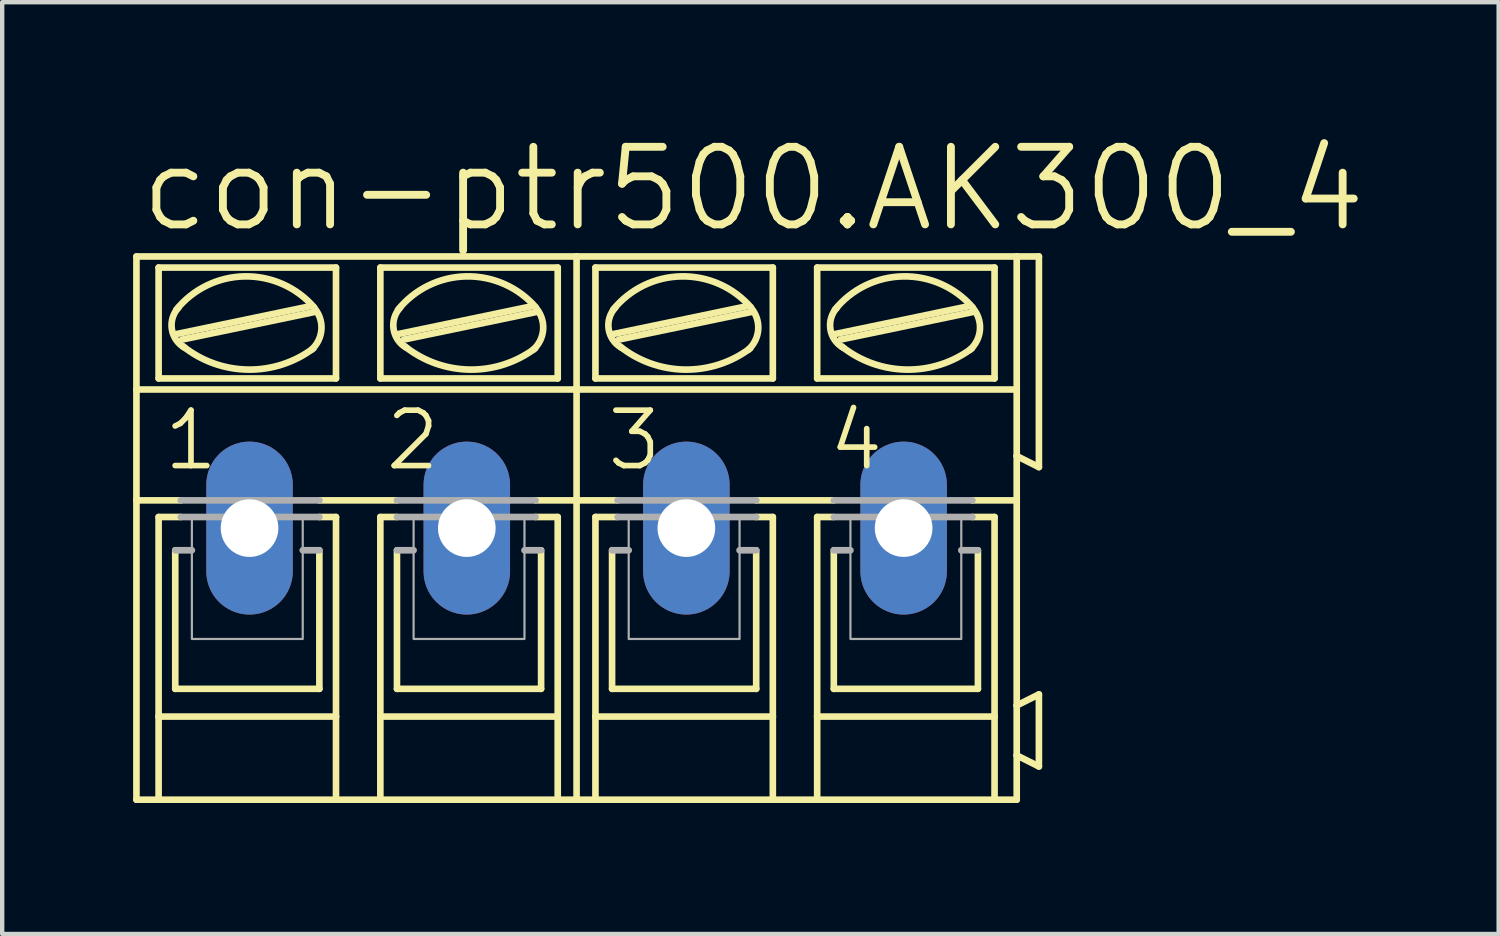
<source format=kicad_pcb>
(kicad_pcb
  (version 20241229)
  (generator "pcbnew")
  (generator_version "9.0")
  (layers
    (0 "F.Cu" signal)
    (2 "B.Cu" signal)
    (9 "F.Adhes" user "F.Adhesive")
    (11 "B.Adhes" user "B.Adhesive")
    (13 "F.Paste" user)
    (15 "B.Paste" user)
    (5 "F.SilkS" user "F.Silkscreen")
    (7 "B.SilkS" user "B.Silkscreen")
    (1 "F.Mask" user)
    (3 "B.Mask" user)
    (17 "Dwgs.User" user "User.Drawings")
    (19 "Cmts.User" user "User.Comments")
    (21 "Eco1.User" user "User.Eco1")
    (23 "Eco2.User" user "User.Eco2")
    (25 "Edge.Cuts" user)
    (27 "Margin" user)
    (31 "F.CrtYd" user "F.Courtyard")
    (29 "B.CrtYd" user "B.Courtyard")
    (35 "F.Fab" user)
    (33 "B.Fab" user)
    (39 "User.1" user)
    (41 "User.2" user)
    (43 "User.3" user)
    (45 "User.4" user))
  (footprint "con-ptr500.AK300_4"
    (layer "F.Cu")
    (at 10.16 9.049)
    (property "Reference" "con-ptr500.AK300_4" (at -10.084 -6.731 0) (layer "F.SilkS") (effects (font (size 1.778 1.778) (thickness 0.18)) (justify left bottom)))
    (attr through_hole)
    (fp_line (start -10.084 -6.223) (end 0 -6.223) (stroke (width 0.152) (type default)) (layer "F.SilkS"))
    (fp_line (start -10.084 -3.175) (end -10.084 -6.223) (stroke (width 0.152) (type default)) (layer "F.SilkS"))
    (fp_line (start -10.084 -3.175) (end 0 -3.175) (stroke (width 0.152) (type default)) (layer "F.SilkS"))
    (fp_line (start -10.084 -0.635) (end -10.084 -3.175) (stroke (width 0.152) (type default)) (layer "F.SilkS"))
    (fp_line (start -10.084 -0.635) (end -9.068 -0.635) (stroke (width 0.152) (type default)) (layer "F.SilkS"))
    (fp_line (start -10.084 6.223) (end -10.084 -0.635) (stroke (width 0.152) (type default)) (layer "F.SilkS"))
    (fp_line (start -10.084 6.223) (end -9.576 6.223) (stroke (width 0.152) (type default)) (layer "F.SilkS"))
    (fp_line (start -9.576 -3.429) (end -9.576 -5.969) (stroke (width 0.152) (type default)) (layer "F.SilkS"))
    (fp_line (start -9.576 -0.254) (end -9.576 4.318) (stroke (width 0.152) (type default)) (layer "F.SilkS"))
    (fp_line (start -9.576 -0.254) (end -9.068 -0.254) (stroke (width 0.152) (type default)) (layer "F.SilkS"))
    (fp_line (start -9.576 4.318) (end -9.576 6.223) (stroke (width 0.152) (type default)) (layer "F.SilkS"))
    (fp_line (start -9.576 6.223) (end -5.512 6.223) (stroke (width 0.152) (type default)) (layer "F.SilkS"))
    (fp_line (start -9.195 3.683) (end -9.195 0.508) (stroke (width 0.152) (type default)) (layer "F.SilkS"))
    (fp_line (start -9.169 -4.445) (end -6.121 -5.08) (stroke (width 0.152) (type default)) (layer "F.SilkS"))
    (fp_line (start -9.042 -4.318) (end -5.994 -4.953) (stroke (width 0.152) (type default)) (layer "F.SilkS"))
    (fp_line (start -5.893 -0.635) (end -4.115 -0.635) (stroke (width 0.152) (type default)) (layer "F.SilkS"))
    (fp_line (start -5.893 3.683) (end -9.195 3.683) (stroke (width 0.152) (type default)) (layer "F.SilkS"))
    (fp_line (start -5.893 3.683) (end -5.893 0.508) (stroke (width 0.152) (type default)) (layer "F.SilkS"))
    (fp_line (start -5.512 -5.969) (end -9.576 -5.969) (stroke (width 0.152) (type default)) (layer "F.SilkS"))
    (fp_line (start -5.512 -3.429) (end -9.576 -3.429) (stroke (width 0.152) (type default)) (layer "F.SilkS"))
    (fp_line (start -5.512 -3.429) (end -5.512 -5.969) (stroke (width 0.152) (type default)) (layer "F.SilkS"))
    (fp_line (start -5.512 -0.254) (end -5.893 -0.254) (stroke (width 0.152) (type default)) (layer "F.SilkS"))
    (fp_line (start -5.512 4.318) (end -9.576 4.318) (stroke (width 0.152) (type default)) (layer "F.SilkS"))
    (fp_line (start -5.512 4.318) (end -5.512 -0.254) (stroke (width 0.152) (type default)) (layer "F.SilkS"))
    (fp_line (start -5.512 6.223) (end -5.512 4.318) (stroke (width 0.152) (type default)) (layer "F.SilkS"))
    (fp_line (start -5.512 6.223) (end -4.496 6.223) (stroke (width 0.152) (type default)) (layer "F.SilkS"))
    (fp_line (start -4.496 -5.969) (end -0.432 -5.969) (stroke (width 0.152) (type default)) (layer "F.SilkS"))
    (fp_line (start -4.496 -3.429) (end -4.496 -5.969) (stroke (width 0.152) (type default)) (layer "F.SilkS"))
    (fp_line (start -4.496 -0.254) (end -4.115 -0.254) (stroke (width 0.152) (type default)) (layer "F.SilkS"))
    (fp_line (start -4.496 4.318) (end -4.496 -0.254) (stroke (width 0.152) (type default)) (layer "F.SilkS"))
    (fp_line (start -4.496 4.318) (end -0.432 4.318) (stroke (width 0.152) (type default)) (layer "F.SilkS"))
    (fp_line (start -4.496 6.223) (end -4.496 4.318) (stroke (width 0.152) (type default)) (layer "F.SilkS"))
    (fp_line (start -4.496 6.223) (end -0.432 6.223) (stroke (width 0.152) (type default)) (layer "F.SilkS"))
    (fp_line (start -4.115 3.683) (end -4.115 0.508) (stroke (width 0.152) (type default)) (layer "F.SilkS"))
    (fp_line (start -4.089 -4.445) (end -1.041 -5.08) (stroke (width 0.152) (type default)) (layer "F.SilkS"))
    (fp_line (start -3.962 -4.318) (end -0.914 -4.953) (stroke (width 0.152) (type default)) (layer "F.SilkS"))
    (fp_line (start -0.813 3.683) (end -4.115 3.683) (stroke (width 0.152) (type default)) (layer "F.SilkS"))
    (fp_line (start -0.813 3.683) (end -0.813 0.508) (stroke (width 0.152) (type default)) (layer "F.SilkS"))
    (fp_line (start -0.432 -5.969) (end -0.432 -3.429) (stroke (width 0.152) (type default)) (layer "F.SilkS"))
    (fp_line (start -0.432 -3.429) (end -4.496 -3.429) (stroke (width 0.152) (type default)) (layer "F.SilkS"))
    (fp_line (start -0.432 -0.254) (end -0.94 -0.254) (stroke (width 0.152) (type default)) (layer "F.SilkS"))
    (fp_line (start -0.432 -0.254) (end -0.432 4.318) (stroke (width 0.152) (type default)) (layer "F.SilkS"))
    (fp_line (start -0.432 4.318) (end -0.432 6.223) (stroke (width 0.152) (type default)) (layer "F.SilkS"))
    (fp_line (start -0.432 6.223) (end 0 6.223) (stroke (width 0.152) (type default)) (layer "F.SilkS"))
    (fp_line (start 0 -3.175) (end 0 -6.223) (stroke (width 0.152) (type default)) (layer "F.SilkS"))
    (fp_line (start 0 -3.175) (end 10.084 -3.175) (stroke (width 0.152) (type default)) (layer "F.SilkS"))
    (fp_line (start 0 -0.635) (end -0.94 -0.635) (stroke (width 0.152) (type default)) (layer "F.SilkS"))
    (fp_line (start 0 -0.635) (end 0 -3.175) (stroke (width 0.152) (type default)) (layer "F.SilkS"))
    (fp_line (start 0 -0.635) (end 0.94 -0.635) (stroke (width 0.152) (type default)) (layer "F.SilkS"))
    (fp_line (start 0 6.223) (end 0 -0.635) (stroke (width 0.152) (type default)) (layer "F.SilkS"))
    (fp_line (start 0 6.223) (end 0.432 6.223) (stroke (width 0.152) (type default)) (layer "F.SilkS"))
    (fp_line (start 0.432 -3.429) (end 0.432 -5.969) (stroke (width 0.152) (type default)) (layer "F.SilkS"))
    (fp_line (start 0.432 -0.254) (end 0.432 4.318) (stroke (width 0.152) (type default)) (layer "F.SilkS"))
    (fp_line (start 0.432 -0.254) (end 0.94 -0.254) (stroke (width 0.152) (type default)) (layer "F.SilkS"))
    (fp_line (start 0.432 4.318) (end 0.432 6.223) (stroke (width 0.152) (type default)) (layer "F.SilkS"))
    (fp_line (start 0.432 6.223) (end 4.496 6.223) (stroke (width 0.152) (type default)) (layer "F.SilkS"))
    (fp_line (start 0.813 3.683) (end 0.813 0.508) (stroke (width 0.152) (type default)) (layer "F.SilkS"))
    (fp_line (start 0.838 -4.445) (end 3.886 -5.08) (stroke (width 0.152) (type default)) (layer "F.SilkS"))
    (fp_line (start 0.965 -4.318) (end 4.013 -4.953) (stroke (width 0.152) (type default)) (layer "F.SilkS"))
    (fp_line (start 4.115 -0.635) (end 5.893 -0.635) (stroke (width 0.152) (type default)) (layer "F.SilkS"))
    (fp_line (start 4.115 3.683) (end 0.813 3.683) (stroke (width 0.152) (type default)) (layer "F.SilkS"))
    (fp_line (start 4.115 3.683) (end 4.115 0.508) (stroke (width 0.152) (type default)) (layer "F.SilkS"))
    (fp_line (start 4.496 -5.969) (end 0.432 -5.969) (stroke (width 0.152) (type default)) (layer "F.SilkS"))
    (fp_line (start 4.496 -3.429) (end 0.432 -3.429) (stroke (width 0.152) (type default)) (layer "F.SilkS"))
    (fp_line (start 4.496 -3.429) (end 4.496 -5.969) (stroke (width 0.152) (type default)) (layer "F.SilkS"))
    (fp_line (start 4.496 -0.254) (end 4.115 -0.254) (stroke (width 0.152) (type default)) (layer "F.SilkS"))
    (fp_line (start 4.496 4.318) (end 0.432 4.318) (stroke (width 0.152) (type default)) (layer "F.SilkS"))
    (fp_line (start 4.496 4.318) (end 4.496 -0.254) (stroke (width 0.152) (type default)) (layer "F.SilkS"))
    (fp_line (start 4.496 6.223) (end 4.496 4.318) (stroke (width 0.152) (type default)) (layer "F.SilkS"))
    (fp_line (start 4.496 6.223) (end 5.512 6.223) (stroke (width 0.152) (type default)) (layer "F.SilkS"))
    (fp_line (start 5.512 -5.969) (end 9.576 -5.969) (stroke (width 0.152) (type default)) (layer "F.SilkS"))
    (fp_line (start 5.512 -3.429) (end 5.512 -5.969) (stroke (width 0.152) (type default)) (layer "F.SilkS"))
    (fp_line (start 5.512 -0.254) (end 5.893 -0.254) (stroke (width 0.152) (type default)) (layer "F.SilkS"))
    (fp_line (start 5.512 4.318) (end 5.512 -0.254) (stroke (width 0.152) (type default)) (layer "F.SilkS"))
    (fp_line (start 5.512 4.318) (end 9.576 4.318) (stroke (width 0.152) (type default)) (layer "F.SilkS"))
    (fp_line (start 5.512 6.223) (end 5.512 4.318) (stroke (width 0.152) (type default)) (layer "F.SilkS"))
    (fp_line (start 5.512 6.223) (end 9.576 6.223) (stroke (width 0.152) (type default)) (layer "F.SilkS"))
    (fp_line (start 5.893 3.683) (end 5.893 0.508) (stroke (width 0.152) (type default)) (layer "F.SilkS"))
    (fp_line (start 5.918 -4.445) (end 8.966 -5.08) (stroke (width 0.152) (type default)) (layer "F.SilkS"))
    (fp_line (start 6.045 -4.318) (end 9.093 -4.953) (stroke (width 0.152) (type default)) (layer "F.SilkS"))
    (fp_line (start 9.195 3.683) (end 5.893 3.683) (stroke (width 0.152) (type default)) (layer "F.SilkS"))
    (fp_line (start 9.195 3.683) (end 9.195 0.508) (stroke (width 0.152) (type default)) (layer "F.SilkS"))
    (fp_line (start 9.576 -5.969) (end 9.576 -3.429) (stroke (width 0.152) (type default)) (layer "F.SilkS"))
    (fp_line (start 9.576 -3.429) (end 5.512 -3.429) (stroke (width 0.152) (type default)) (layer "F.SilkS"))
    (fp_line (start 9.576 -0.254) (end 9.068 -0.254) (stroke (width 0.152) (type default)) (layer "F.SilkS"))
    (fp_line (start 9.576 -0.254) (end 9.576 4.318) (stroke (width 0.152) (type default)) (layer "F.SilkS"))
    (fp_line (start 9.576 4.318) (end 9.576 6.223) (stroke (width 0.152) (type default)) (layer "F.SilkS"))
    (fp_line (start 9.576 6.223) (end 10.084 6.223) (stroke (width 0.152) (type default)) (layer "F.SilkS"))
    (fp_line (start 10.084 -6.223) (end 0 -6.223) (stroke (width 0.152) (type default)) (layer "F.SilkS"))
    (fp_line (start 10.084 -6.223) (end 10.084 -3.175) (stroke (width 0.152) (type default)) (layer "F.SilkS"))
    (fp_line (start 10.084 -6.223) (end 10.592 -6.223) (stroke (width 0.152) (type default)) (layer "F.SilkS"))
    (fp_line (start 10.084 -3.175) (end 10.084 -1.651) (stroke (width 0.152) (type default)) (layer "F.SilkS"))
    (fp_line (start 10.084 -1.651) (end 10.084 -0.635) (stroke (width 0.152) (type default)) (layer "F.SilkS"))
    (fp_line (start 10.084 -0.635) (end 9.068 -0.635) (stroke (width 0.152) (type default)) (layer "F.SilkS"))
    (fp_line (start 10.084 -0.635) (end 10.084 4.064) (stroke (width 0.152) (type default)) (layer "F.SilkS"))
    (fp_line (start 10.084 4.064) (end 10.084 5.207) (stroke (width 0.152) (type default)) (layer "F.SilkS"))
    (fp_line (start 10.084 5.207) (end 10.084 6.223) (stroke (width 0.152) (type default)) (layer "F.SilkS"))
    (fp_line (start 10.592 -6.223) (end 10.592 -1.397) (stroke (width 0.152) (type default)) (layer "F.SilkS"))
    (fp_line (start 10.592 -1.397) (end 10.084 -1.651) (stroke (width 0.152) (type default)) (layer "F.SilkS"))
    (fp_line (start 10.592 3.81) (end 10.084 4.064) (stroke (width 0.152) (type default)) (layer "F.SilkS"))
    (fp_line (start 10.592 3.81) (end 10.592 5.461) (stroke (width 0.152) (type default)) (layer "F.SilkS"))
    (fp_line (start 10.592 5.461) (end 10.084 5.207) (stroke (width 0.152) (type default)) (layer "F.SilkS"))
    (fp_arc (start -9.1694 -5.0038) (mid -7.605027 -5.766949) (end -6.015 -5.0588) (stroke (width 0.1524) (type default)) (layer "F.SilkS"))
    (fp_arc (start -8.9749 -4.1297) (mid -9.272824 -4.557025) (end -9.1186 -5.0546) (stroke (width 0.1524) (type default)) (layer "F.SilkS"))
    (fp_arc (start -6.0292 -4.1188) (mid -7.531103 -3.631243) (end -9.017 -4.1656) (stroke (width 0.1524) (type default)) (layer "F.SilkS"))
    (fp_arc (start -6.0199 -5.0545) (mid -5.84554 -4.558084) (end -6.0756 -4.0849) (stroke (width 0.1524) (type default)) (layer "F.SilkS"))
    (fp_arc (start -4.0894 -5.0038) (mid -2.525027 -5.766949) (end -0.935 -5.0588) (stroke (width 0.1524) (type default)) (layer "F.SilkS"))
    (fp_arc (start -3.8949 -4.1297) (mid -4.192824 -4.557025) (end -4.0386 -5.0546) (stroke (width 0.1524) (type default)) (layer "F.SilkS"))
    (fp_arc (start -0.9492 -4.1188) (mid -2.451103 -3.631243) (end -3.937 -4.1656) (stroke (width 0.1524) (type default)) (layer "F.SilkS"))
    (fp_arc (start -0.9399 -5.0545) (mid -0.76554 -4.558084) (end -0.9956 -4.0849) (stroke (width 0.1524) (type default)) (layer "F.SilkS"))
    (fp_arc (start 0.8382 -5.0038) (mid 2.40252 -5.766808) (end 3.9924 -5.0586) (stroke (width 0.1524) (type default)) (layer "F.SilkS"))
    (fp_arc (start 1.0327 -4.1297) (mid 0.734776 -4.557025) (end 0.889 -5.0546) (stroke (width 0.1524) (type default)) (layer "F.SilkS"))
    (fp_arc (start 3.9784 -4.1189) (mid 2.476513 -3.631282) (end 0.9906 -4.1656) (stroke (width 0.1524) (type default)) (layer "F.SilkS"))
    (fp_arc (start 3.9877 -5.0545) (mid 4.16206 -4.558084) (end 3.932 -4.0849) (stroke (width 0.1524) (type default)) (layer "F.SilkS"))
    (fp_arc (start 5.9182 -5.0038) (mid 7.48252 -5.766808) (end 9.0724 -5.0586) (stroke (width 0.1524) (type default)) (layer "F.SilkS"))
    (fp_arc (start 6.1127 -4.1297) (mid 5.814776 -4.557025) (end 5.969 -5.0546) (stroke (width 0.1524) (type default)) (layer "F.SilkS"))
    (fp_arc (start 9.0584 -4.1189) (mid 7.556513 -3.631282) (end 6.0706 -4.1656) (stroke (width 0.1524) (type default)) (layer "F.SilkS"))
    (fp_arc (start 9.0677 -5.0545) (mid 9.24206 -4.558084) (end 9.012 -4.0849) (stroke (width 0.1524) (type default)) (layer "F.SilkS"))
    (fp_line (start -9.195 0.508) (end -8.814 0.508) (stroke (width 0.152) (type default)) (layer "F.Fab"))
    (fp_line (start -9.068 -0.635) (end -5.893 -0.635) (stroke (width 0.152) (type default)) (layer "F.Fab"))
    (fp_line (start -5.893 -0.254) (end -9.068 -0.254) (stroke (width 0.152) (type default)) (layer "F.Fab"))
    (fp_line (start -5.893 0.508) (end -6.274 0.508) (stroke (width 0.152) (type default)) (layer "F.Fab"))
    (fp_line (start -4.115 -0.254) (end -0.94 -0.254) (stroke (width 0.152) (type default)) (layer "F.Fab"))
    (fp_line (start -4.115 0.508) (end -3.734 0.508) (stroke (width 0.152) (type default)) (layer "F.Fab"))
    (fp_line (start -0.94 -0.635) (end -4.115 -0.635) (stroke (width 0.152) (type default)) (layer "F.Fab"))
    (fp_line (start -0.813 0.508) (end -1.194 0.508) (stroke (width 0.152) (type default)) (layer "F.Fab"))
    (fp_line (start 0.813 0.508) (end 1.194 0.508) (stroke (width 0.152) (type default)) (layer "F.Fab"))
    (fp_line (start 0.94 -0.635) (end 4.115 -0.635) (stroke (width 0.152) (type default)) (layer "F.Fab"))
    (fp_line (start 4.115 -0.254) (end 0.94 -0.254) (stroke (width 0.152) (type default)) (layer "F.Fab"))
    (fp_line (start 4.115 0.508) (end 3.734 0.508) (stroke (width 0.152) (type default)) (layer "F.Fab"))
    (fp_line (start 5.893 -0.254) (end 9.068 -0.254) (stroke (width 0.152) (type default)) (layer "F.Fab"))
    (fp_line (start 5.893 0.508) (end 6.274 0.508) (stroke (width 0.152) (type default)) (layer "F.Fab"))
    (fp_line (start 9.068 -0.635) (end 5.893 -0.635) (stroke (width 0.152) (type default)) (layer "F.Fab"))
    (fp_line (start 9.195 0.508) (end 8.814 0.508) (stroke (width 0.152) (type default)) (layer "F.Fab"))
    (fp_rect (start -8.814 2.54) (end -6.274 -0.254) (stroke (width 0.05) (type default)) (fill no) (layer "F.Fab"))
    (fp_rect (start -3.734 2.54) (end -1.194 -0.254) (stroke (width 0.05) (type default)) (fill no) (layer "F.Fab"))
    (fp_rect (start 1.194 2.54) (end 3.734 -0.254) (stroke (width 0.05) (type default)) (fill no) (layer "F.Fab"))
    (fp_rect (start 6.274 2.54) (end 8.814 -0.254) (stroke (width 0.05) (type default)) (fill no) (layer "F.Fab"))
    (fp_text user "2" (at -4.445 -1.27 0) (layer "F.SilkS") (effects (font (size 1.27 1.27) (thickness 0.13)) (justify left bottom)))
    (fp_text user "3" (at 0.635 -1.27 0) (layer "F.SilkS") (effects (font (size 1.27 1.27) (thickness 0.13)) (justify left bottom)))
    (fp_text user "4" (at 5.715 -1.27 0) (layer "F.SilkS") (effects (font (size 1.27 1.27) (thickness 0.13)) (justify left bottom)))
    (fp_text user "1" (at -9.525 -1.27 0) (layer "F.SilkS") (effects (font (size 1.27 1.27) (thickness 0.13)) (justify left bottom)))
    (pad "1" thru_hole oval (at -7.493 0 90) (size 3.962 1.981) (drill 1.321) (layers "*.Cu" "*.Mask"))
    (pad "2" thru_hole oval (at -2.515 0 90) (size 3.962 1.981) (drill 1.321) (layers "*.Cu" "*.Mask"))
    (pad "3" thru_hole oval (at 2.515 0 90) (size 3.962 1.981) (drill 1.321) (layers "*.Cu" "*.Mask"))
    (pad "4" thru_hole oval (at 7.493 0 90) (size 3.962 1.981) (drill 1.321) (layers "*.Cu" "*.Mask")))
  (gr_rect
    (start -3 -3)
    (end 31.285 18.348)
    (stroke (width 0.1) (type default))
    (fill no)
    (layer "Edge.Cuts")))
</source>
